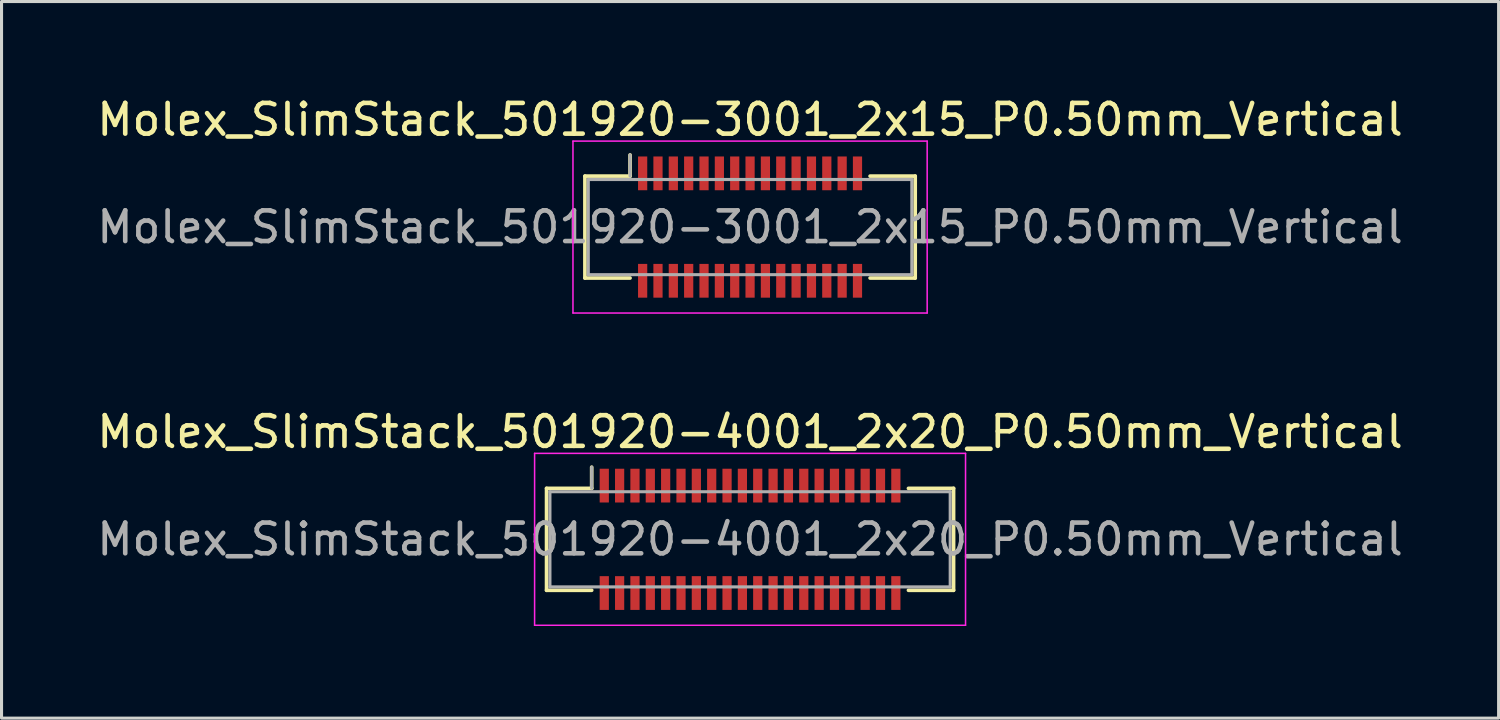
<source format=kicad_pcb>
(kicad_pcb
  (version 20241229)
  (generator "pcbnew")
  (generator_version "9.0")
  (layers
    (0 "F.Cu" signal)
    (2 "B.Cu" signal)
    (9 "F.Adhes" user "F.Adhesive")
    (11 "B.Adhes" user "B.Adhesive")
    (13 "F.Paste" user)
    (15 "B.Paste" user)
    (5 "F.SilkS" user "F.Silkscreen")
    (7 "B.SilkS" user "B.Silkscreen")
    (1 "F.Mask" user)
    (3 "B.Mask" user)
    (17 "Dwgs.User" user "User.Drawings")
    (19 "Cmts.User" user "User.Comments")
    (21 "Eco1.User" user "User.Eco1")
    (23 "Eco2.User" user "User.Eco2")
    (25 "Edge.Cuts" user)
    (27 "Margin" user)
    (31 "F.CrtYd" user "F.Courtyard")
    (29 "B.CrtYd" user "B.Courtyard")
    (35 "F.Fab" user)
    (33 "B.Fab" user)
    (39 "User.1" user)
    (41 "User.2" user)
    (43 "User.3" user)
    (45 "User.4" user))
  (footprint "Molex_SlimStack_501920-3001_2x15_P0.50mm_Vertical"
    (layer "F.Cu")
    (at 21.387 4.348)
    (property "Reference" "Molex_SlimStack_501920-3001_2x15_P0.50mm_Vertical" (at 0 -3.5 0) (layer "F.SilkS") (effects (font (size 1 1) (thickness 0.15))))
    (attr smd)
    (fp_line (start -5.38 -1.66) (end -3.91 -1.66) (stroke (width 0.12) (type solid)) (layer "F.SilkS"))
    (fp_line (start -5.38 1.66) (end -5.38 -1.66) (stroke (width 0.12) (type solid)) (layer "F.SilkS"))
    (fp_line (start -3.91 -1.66) (end -3.91 -2.35) (stroke (width 0.12) (type solid)) (layer "F.SilkS"))
    (fp_line (start -3.91 1.66) (end -5.38 1.66) (stroke (width 0.12) (type solid)) (layer "F.SilkS"))
    (fp_line (start 3.91 1.66) (end 5.38 1.66) (stroke (width 0.12) (type solid)) (layer "F.SilkS"))
    (fp_line (start 5.38 -1.66) (end 3.91 -1.66) (stroke (width 0.12) (type solid)) (layer "F.SilkS"))
    (fp_line (start 5.38 1.66) (end 5.38 -1.66) (stroke (width 0.12) (type solid)) (layer "F.SilkS"))
    (fp_line (start -5.77 -2.8) (end -5.77 2.8) (stroke (width 0.05) (type solid)) (layer "F.CrtYd"))
    (fp_line (start -5.77 2.8) (end 5.77 2.8) (stroke (width 0.05) (type solid)) (layer "F.CrtYd"))
    (fp_line (start 5.77 -2.8) (end -5.77 -2.8) (stroke (width 0.05) (type solid)) (layer "F.CrtYd"))
    (fp_line (start 5.77 2.8) (end 5.77 -2.8) (stroke (width 0.05) (type solid)) (layer "F.CrtYd"))
    (fp_line (start -5.27 -1.55) (end -5.27 1.55) (stroke (width 0.1) (type solid)) (layer "F.Fab"))
    (fp_line (start -5.27 1.55) (end 5.27 1.55) (stroke (width 0.1) (type solid)) (layer "F.Fab"))
    (fp_line (start -3.91 -1.66) (end -3.91 -2.35) (stroke (width 0.1) (type solid)) (layer "F.Fab"))
    (fp_line (start 5.27 -1.55) (end -5.27 -1.55) (stroke (width 0.1) (type solid)) (layer "F.Fab"))
    (fp_line (start 5.27 1.55) (end 5.27 -1.55) (stroke (width 0.1) (type solid)) (layer "F.Fab"))
    (fp_text user "${REFERENCE}" (at 0 0 0) (layer "F.Fab") (effects (font (size 1 1) (thickness 0.15))))
    (pad "1" smd rect (at -3.5 -1.75) (size 0.3 1.1) (layers "F.Cu" "F.Mask" "F.Paste"))
    (pad "2" smd rect (at -3.5 1.75) (size 0.3 1.1) (layers "F.Cu" "F.Mask" "F.Paste"))
    (pad "3" smd rect (at -3 -1.75) (size 0.3 1.1) (layers "F.Cu" "F.Mask" "F.Paste"))
    (pad "4" smd rect (at -3 1.75) (size 0.3 1.1) (layers "F.Cu" "F.Mask" "F.Paste"))
    (pad "5" smd rect (at -2.5 -1.75) (size 0.3 1.1) (layers "F.Cu" "F.Mask" "F.Paste"))
    (pad "6" smd rect (at -2.5 1.75) (size 0.3 1.1) (layers "F.Cu" "F.Mask" "F.Paste"))
    (pad "7" smd rect (at -2 -1.75) (size 0.3 1.1) (layers "F.Cu" "F.Mask" "F.Paste"))
    (pad "8" smd rect (at -2 1.75) (size 0.3 1.1) (layers "F.Cu" "F.Mask" "F.Paste"))
    (pad "9" smd rect (at -1.5 -1.75) (size 0.3 1.1) (layers "F.Cu" "F.Mask" "F.Paste"))
    (pad "10" smd rect (at -1.5 1.75) (size 0.3 1.1) (layers "F.Cu" "F.Mask" "F.Paste"))
    (pad "11" smd rect (at -1 -1.75) (size 0.3 1.1) (layers "F.Cu" "F.Mask" "F.Paste"))
    (pad "12" smd rect (at -1 1.75) (size 0.3 1.1) (layers "F.Cu" "F.Mask" "F.Paste"))
    (pad "13" smd rect (at -0.5 -1.75) (size 0.3 1.1) (layers "F.Cu" "F.Mask" "F.Paste"))
    (pad "14" smd rect (at -0.5 1.75) (size 0.3 1.1) (layers "F.Cu" "F.Mask" "F.Paste"))
    (pad "15" smd rect (at 0 -1.75) (size 0.3 1.1) (layers "F.Cu" "F.Mask" "F.Paste"))
    (pad "16" smd rect (at 0 1.75) (size 0.3 1.1) (layers "F.Cu" "F.Mask" "F.Paste"))
    (pad "17" smd rect (at 0.5 -1.75) (size 0.3 1.1) (layers "F.Cu" "F.Mask" "F.Paste"))
    (pad "18" smd rect (at 0.5 1.75) (size 0.3 1.1) (layers "F.Cu" "F.Mask" "F.Paste"))
    (pad "19" smd rect (at 1 -1.75) (size 0.3 1.1) (layers "F.Cu" "F.Mask" "F.Paste"))
    (pad "20" smd rect (at 1 1.75) (size 0.3 1.1) (layers "F.Cu" "F.Mask" "F.Paste"))
    (pad "21" smd rect (at 1.5 -1.75) (size 0.3 1.1) (layers "F.Cu" "F.Mask" "F.Paste"))
    (pad "22" smd rect (at 1.5 1.75) (size 0.3 1.1) (layers "F.Cu" "F.Mask" "F.Paste"))
    (pad "23" smd rect (at 2 -1.75) (size 0.3 1.1) (layers "F.Cu" "F.Mask" "F.Paste"))
    (pad "24" smd rect (at 2 1.75) (size 0.3 1.1) (layers "F.Cu" "F.Mask" "F.Paste"))
    (pad "25" smd rect (at 2.5 -1.75) (size 0.3 1.1) (layers "F.Cu" "F.Mask" "F.Paste"))
    (pad "26" smd rect (at 2.5 1.75) (size 0.3 1.1) (layers "F.Cu" "F.Mask" "F.Paste"))
    (pad "27" smd rect (at 3 -1.75) (size 0.3 1.1) (layers "F.Cu" "F.Mask" "F.Paste"))
    (pad "28" smd rect (at 3 1.75) (size 0.3 1.1) (layers "F.Cu" "F.Mask" "F.Paste"))
    (pad "29" smd rect (at 3.5 -1.75) (size 0.3 1.1) (layers "F.Cu" "F.Mask" "F.Paste"))
    (pad "30" smd rect (at 3.5 1.75) (size 0.3 1.1) (layers "F.Cu" "F.Mask" "F.Paste")))
  (footprint "Molex_SlimStack_501920-4001_2x20_P0.50mm_Vertical"
    (layer "F.Cu")
    (at 21.387 14.521)
    (property "Reference" "Molex_SlimStack_501920-4001_2x20_P0.50mm_Vertical" (at 0 -3.5 0) (layer "F.SilkS") (effects (font (size 1 1) (thickness 0.15))))
    (attr smd)
    (fp_line (start -6.63 -1.66) (end -5.16 -1.66) (stroke (width 0.12) (type solid)) (layer "F.SilkS"))
    (fp_line (start -6.63 1.66) (end -6.63 -1.66) (stroke (width 0.12) (type solid)) (layer "F.SilkS"))
    (fp_line (start -5.16 -1.66) (end -5.16 -2.35) (stroke (width 0.12) (type solid)) (layer "F.SilkS"))
    (fp_line (start -5.16 1.66) (end -6.63 1.66) (stroke (width 0.12) (type solid)) (layer "F.SilkS"))
    (fp_line (start 5.16 1.66) (end 6.63 1.66) (stroke (width 0.12) (type solid)) (layer "F.SilkS"))
    (fp_line (start 6.63 -1.66) (end 5.16 -1.66) (stroke (width 0.12) (type solid)) (layer "F.SilkS"))
    (fp_line (start 6.63 1.66) (end 6.63 -1.66) (stroke (width 0.12) (type solid)) (layer "F.SilkS"))
    (fp_line (start -7.02 -2.8) (end -7.02 2.8) (stroke (width 0.05) (type solid)) (layer "F.CrtYd"))
    (fp_line (start -7.02 2.8) (end 7.02 2.8) (stroke (width 0.05) (type solid)) (layer "F.CrtYd"))
    (fp_line (start 7.02 -2.8) (end -7.02 -2.8) (stroke (width 0.05) (type solid)) (layer "F.CrtYd"))
    (fp_line (start 7.02 2.8) (end 7.02 -2.8) (stroke (width 0.05) (type solid)) (layer "F.CrtYd"))
    (fp_line (start -6.52 -1.55) (end -6.52 1.55) (stroke (width 0.1) (type solid)) (layer "F.Fab"))
    (fp_line (start -6.52 1.55) (end 6.52 1.55) (stroke (width 0.1) (type solid)) (layer "F.Fab"))
    (fp_line (start -5.16 -1.66) (end -5.16 -2.35) (stroke (width 0.1) (type solid)) (layer "F.Fab"))
    (fp_line (start 6.52 -1.55) (end -6.52 -1.55) (stroke (width 0.1) (type solid)) (layer "F.Fab"))
    (fp_line (start 6.52 1.55) (end 6.52 -1.55) (stroke (width 0.1) (type solid)) (layer "F.Fab"))
    (fp_text user "${REFERENCE}" (at 0 0 0) (layer "F.Fab") (effects (font (size 1 1) (thickness 0.15))))
    (pad "1" smd rect (at -4.75 -1.75) (size 0.3 1.1) (layers "F.Cu" "F.Mask" "F.Paste"))
    (pad "2" smd rect (at -4.75 1.75) (size 0.3 1.1) (layers "F.Cu" "F.Mask" "F.Paste"))
    (pad "3" smd rect (at -4.25 -1.75) (size 0.3 1.1) (layers "F.Cu" "F.Mask" "F.Paste"))
    (pad "4" smd rect (at -4.25 1.75) (size 0.3 1.1) (layers "F.Cu" "F.Mask" "F.Paste"))
    (pad "5" smd rect (at -3.75 -1.75) (size 0.3 1.1) (layers "F.Cu" "F.Mask" "F.Paste"))
    (pad "6" smd rect (at -3.75 1.75) (size 0.3 1.1) (layers "F.Cu" "F.Mask" "F.Paste"))
    (pad "7" smd rect (at -3.25 -1.75) (size 0.3 1.1) (layers "F.Cu" "F.Mask" "F.Paste"))
    (pad "8" smd rect (at -3.25 1.75) (size 0.3 1.1) (layers "F.Cu" "F.Mask" "F.Paste"))
    (pad "9" smd rect (at -2.75 -1.75) (size 0.3 1.1) (layers "F.Cu" "F.Mask" "F.Paste"))
    (pad "10" smd rect (at -2.75 1.75) (size 0.3 1.1) (layers "F.Cu" "F.Mask" "F.Paste"))
    (pad "11" smd rect (at -2.25 -1.75) (size 0.3 1.1) (layers "F.Cu" "F.Mask" "F.Paste"))
    (pad "12" smd rect (at -2.25 1.75) (size 0.3 1.1) (layers "F.Cu" "F.Mask" "F.Paste"))
    (pad "13" smd rect (at -1.75 -1.75) (size 0.3 1.1) (layers "F.Cu" "F.Mask" "F.Paste"))
    (pad "14" smd rect (at -1.75 1.75) (size 0.3 1.1) (layers "F.Cu" "F.Mask" "F.Paste"))
    (pad "15" smd rect (at -1.25 -1.75) (size 0.3 1.1) (layers "F.Cu" "F.Mask" "F.Paste"))
    (pad "16" smd rect (at -1.25 1.75) (size 0.3 1.1) (layers "F.Cu" "F.Mask" "F.Paste"))
    (pad "17" smd rect (at -0.75 -1.75) (size 0.3 1.1) (layers "F.Cu" "F.Mask" "F.Paste"))
    (pad "18" smd rect (at -0.75 1.75) (size 0.3 1.1) (layers "F.Cu" "F.Mask" "F.Paste"))
    (pad "19" smd rect (at -0.25 -1.75) (size 0.3 1.1) (layers "F.Cu" "F.Mask" "F.Paste"))
    (pad "20" smd rect (at -0.25 1.75) (size 0.3 1.1) (layers "F.Cu" "F.Mask" "F.Paste"))
    (pad "21" smd rect (at 0.25 -1.75) (size 0.3 1.1) (layers "F.Cu" "F.Mask" "F.Paste"))
    (pad "22" smd rect (at 0.25 1.75) (size 0.3 1.1) (layers "F.Cu" "F.Mask" "F.Paste"))
    (pad "23" smd rect (at 0.75 -1.75) (size 0.3 1.1) (layers "F.Cu" "F.Mask" "F.Paste"))
    (pad "24" smd rect (at 0.75 1.75) (size 0.3 1.1) (layers "F.Cu" "F.Mask" "F.Paste"))
    (pad "25" smd rect (at 1.25 -1.75) (size 0.3 1.1) (layers "F.Cu" "F.Mask" "F.Paste"))
    (pad "26" smd rect (at 1.25 1.75) (size 0.3 1.1) (layers "F.Cu" "F.Mask" "F.Paste"))
    (pad "27" smd rect (at 1.75 -1.75) (size 0.3 1.1) (layers "F.Cu" "F.Mask" "F.Paste"))
    (pad "28" smd rect (at 1.75 1.75) (size 0.3 1.1) (layers "F.Cu" "F.Mask" "F.Paste"))
    (pad "29" smd rect (at 2.25 -1.75) (size 0.3 1.1) (layers "F.Cu" "F.Mask" "F.Paste"))
    (pad "30" smd rect (at 2.25 1.75) (size 0.3 1.1) (layers "F.Cu" "F.Mask" "F.Paste"))
    (pad "31" smd rect (at 2.75 -1.75) (size 0.3 1.1) (layers "F.Cu" "F.Mask" "F.Paste"))
    (pad "32" smd rect (at 2.75 1.75) (size 0.3 1.1) (layers "F.Cu" "F.Mask" "F.Paste"))
    (pad "33" smd rect (at 3.25 -1.75) (size 0.3 1.1) (layers "F.Cu" "F.Mask" "F.Paste"))
    (pad "34" smd rect (at 3.25 1.75) (size 0.3 1.1) (layers "F.Cu" "F.Mask" "F.Paste"))
    (pad "35" smd rect (at 3.75 -1.75) (size 0.3 1.1) (layers "F.Cu" "F.Mask" "F.Paste"))
    (pad "36" smd rect (at 3.75 1.75) (size 0.3 1.1) (layers "F.Cu" "F.Mask" "F.Paste"))
    (pad "37" smd rect (at 4.25 -1.75) (size 0.3 1.1) (layers "F.Cu" "F.Mask" "F.Paste"))
    (pad "38" smd rect (at 4.25 1.75) (size 0.3 1.1) (layers "F.Cu" "F.Mask" "F.Paste"))
    (pad "39" smd rect (at 4.75 -1.75) (size 0.3 1.1) (layers "F.Cu" "F.Mask" "F.Paste"))
    (pad "40" smd rect (at 4.75 1.75) (size 0.3 1.1) (layers "F.Cu" "F.Mask" "F.Paste")))
  (gr_rect
    (start -3 -3)
    (end 45.774 20.346)
    (stroke (width 0.1) (type default))
    (fill no)
    (layer "Edge.Cuts")))
</source>
